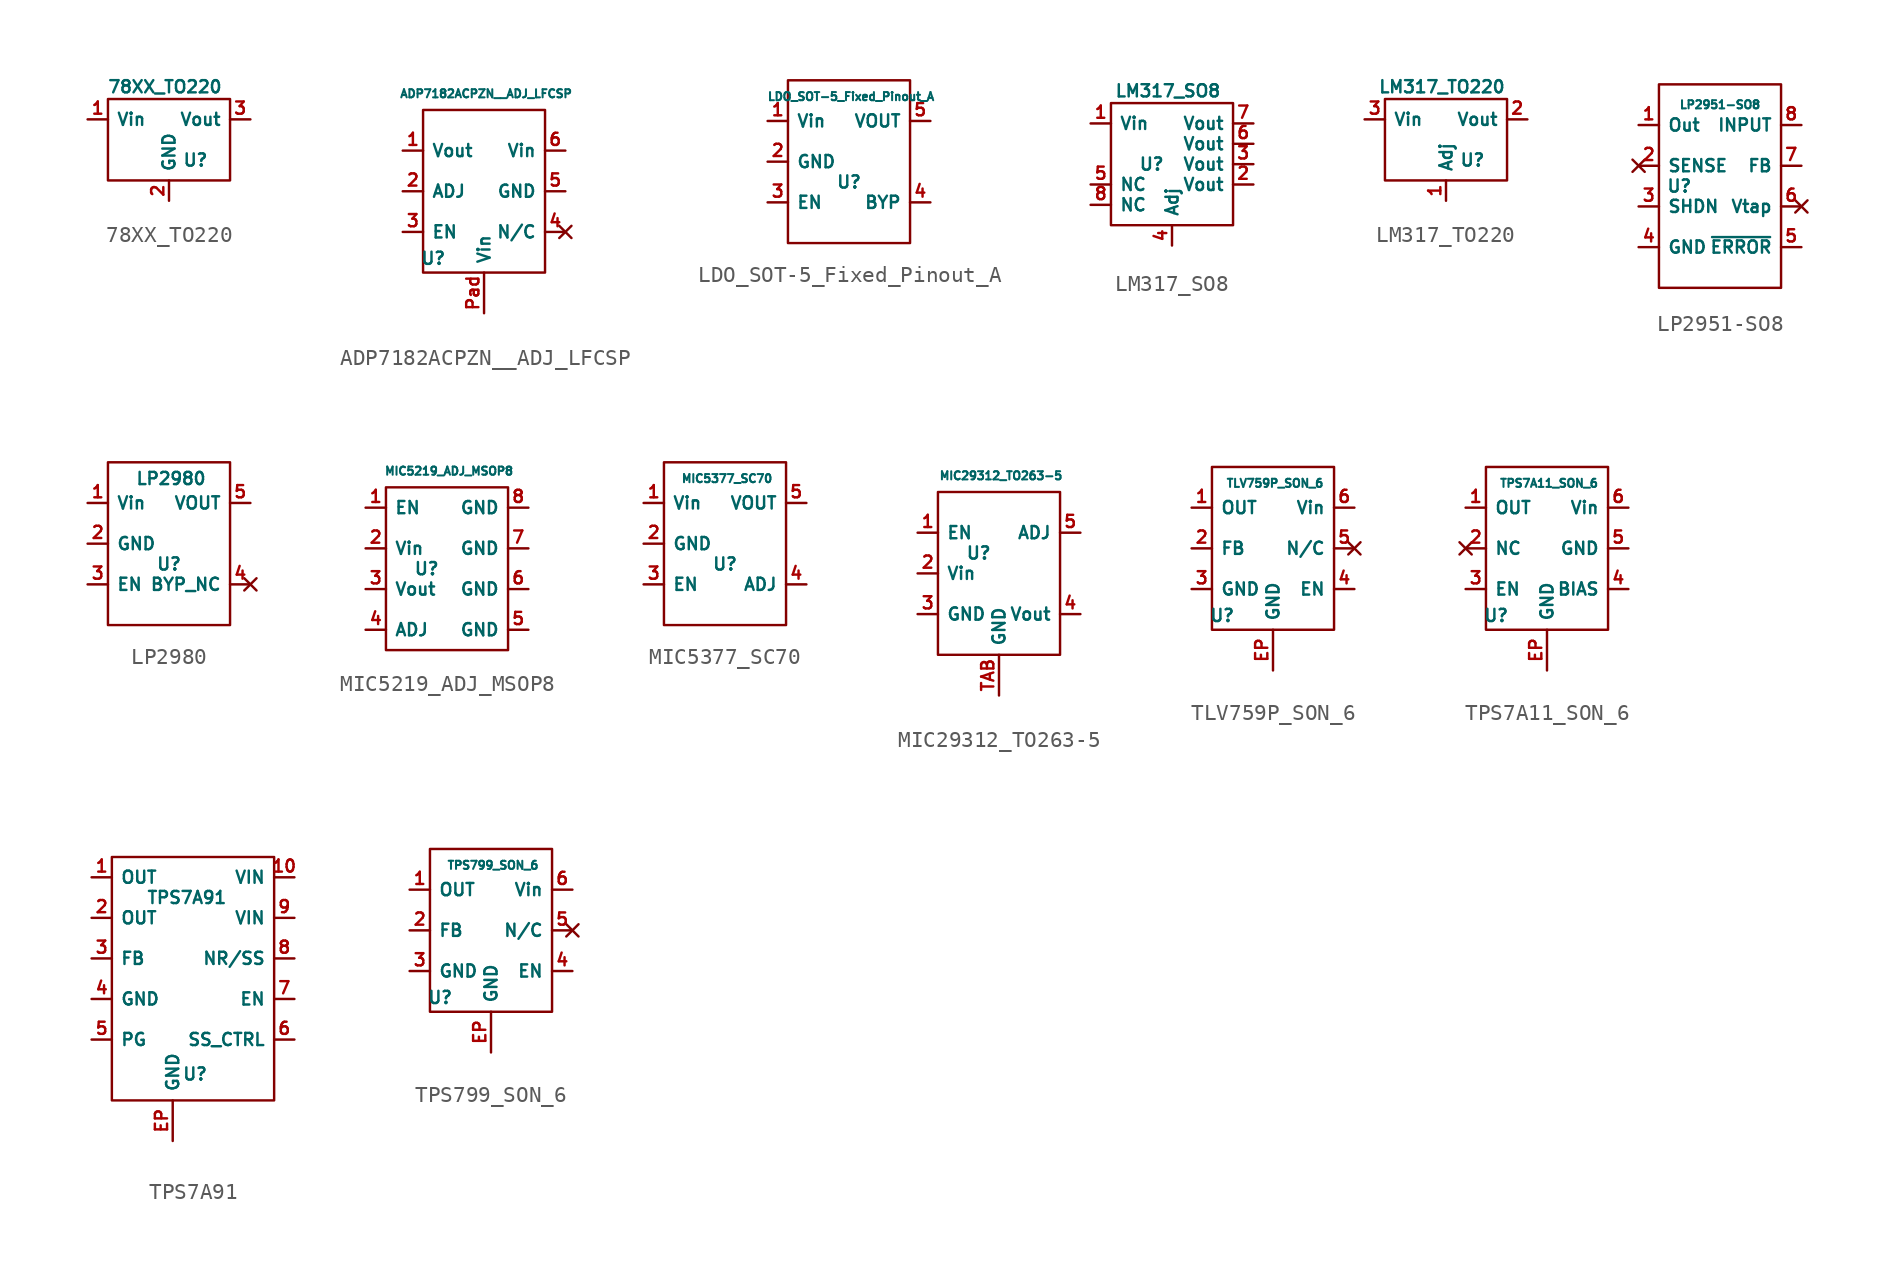
<source format=kicad_sym>
(kicad_symbol_lib
  (version 20210619)
  (generator kicad_symbol_editor)
  (symbol "Bobs_Linear_Regulators:78XX_TO220"
    (property "Reference" "U"
      (at 1.651 -1.27 0)
      (effects (font (size 0.762 0.762))))
    (property "Value" "78XX_TO220"
      (at -0.254 3.302 0)
      (effects (font (size 0.762 0.762))))
    (symbol "78XX_TO220_0_1"
      (rectangle (start -3.81 2.54) (end 3.81 -2.54) (stroke (width 0)) (fill (type none))))
    (symbol "78XX_TO220_1_1"
      (pin power_in line (at -5.08 1.27 0) (length 1.27) (name "Vin" (effects (font (size 0.762 0.762)))) (number "1" (effects (font (size 0.762 0.762)))))
      (pin bidirectional line (at 0 -3.81 90) (length 1.27) (name "GND" (effects (font (size 0.762 0.762)))) (number "2" (effects (font (size 0.762 0.762)))))
      (pin power_out line (at 5.08 1.27 180) (length 1.27) (name "Vout" (effects (font (size 0.762 0.762)))) (number "3" (effects (font (size 0.762 0.762)))))))
  (symbol "Bobs_Linear_Regulators:ADP7182ACPZN__ADJ_LFCSP"
    (property "Reference" "U"
      (at -3.175 -4.191 0)
      (effects (font (size 0.762 0.762))))
    (property "Value" "ADP7182ACPZN__ADJ_LFCSP"
      (at 0.127 6.096 0)
      (effects (font (size 0.508 0.508))))
    (symbol "ADP7182ACPZN__ADJ_LFCSP_0_1"
      (rectangle (start -3.81 5.08) (end 3.81 -5.08) (stroke (width 0)) (fill (type none))))
    (symbol "ADP7182ACPZN__ADJ_LFCSP_1_1"
      (pin power_out line (at -5.08 2.54 0) (length 1.27) (name "Vout" (effects (font (size 0.762 0.762)))) (number "1" (effects (font (size 0.762 0.762)))))
      (pin input line (at -5.08 0 0) (length 1.27) (name "ADJ" (effects (font (size 0.762 0.762)))) (number "2" (effects (font (size 0.762 0.762)))))
      (pin input line (at -5.08 -2.54 0) (length 1.27) (name "EN" (effects (font (size 0.762 0.762)))) (number "3" (effects (font (size 0.762 0.762)))))
      (pin no_connect line (at 5.08 -2.54 180) (length 1.27) (name "N/C" (effects (font (size 0.762 0.762)))) (number "4" (effects (font (size 0.762 0.762)))))
      (pin power_in line (at 5.08 0 180) (length 1.27) (name "GND" (effects (font (size 0.762 0.762)))) (number "5" (effects (font (size 0.762 0.762)))))
      (pin power_in line (at 5.08 2.54 180) (length 1.27) (name "Vin" (effects (font (size 0.762 0.762)))) (number "6" (effects (font (size 0.762 0.762)))))
      (pin power_in line (at 0 -7.62 90) (length 2.54) (name "Vin" (effects (font (size 0.762 0.762)))) (number "Pad" (effects (font (size 0.762 0.762)))))))
  (symbol "Bobs_Linear_Regulators:LDO_SOT-5_Fixed_Pinout_A"
    (property "Reference" "U"
      (at 0 -1.27 0)
      (effects (font (size 0.762 0.762))))
    (property "Value" "LDO_SOT-5_Fixed_Pinout_A"
      (at 0.127 4.064 0)
      (effects (font (size 0.508 0.508))))
    (symbol "LDO_SOT-5_Fixed_Pinout_A_0_1"
      (rectangle (start -3.81 5.08) (end 3.81 -5.08) (stroke (width 0)) (fill (type none))))
    (symbol "LDO_SOT-5_Fixed_Pinout_A_1_1"
      (pin power_in line (at -5.08 2.54 0) (length 1.27) (name "Vin" (effects (font (size 0.762 0.762)))) (number "1" (effects (font (size 0.762 0.762)))))
      (pin power_in line (at -5.08 0 0) (length 1.27) (name "GND" (effects (font (size 0.762 0.762)))) (number "2" (effects (font (size 0.762 0.762)))))
      (pin input line (at -5.08 -2.54 0) (length 1.27) (name "EN" (effects (font (size 0.762 0.762)))) (number "3" (effects (font (size 0.762 0.762)))))
      (pin bidirectional line (at 5.08 -2.54 180) (length 1.27) (name "BYP" (effects (font (size 0.762 0.762)))) (number "4" (effects (font (size 0.762 0.762)))))
      (pin power_out line (at 5.08 2.54 180) (length 1.27) (name "VOUT" (effects (font (size 0.762 0.762)))) (number "5" (effects (font (size 0.762 0.762)))))))
  (symbol "Bobs_Linear_Regulators:LM317_SO8"
    (property "Reference" "U"
      (at -1.27 -1.27 0)
      (effects (font (size 0.762 0.762))))
    (property "Value" "LM317_SO8"
      (at -0.254 3.302 0)
      (effects (font (size 0.762 0.762))))
    (symbol "LM317_SO8_0_1"
      (rectangle (start -3.81 2.54) (end 3.81 -5.08) (stroke (width 0)) (fill (type none))))
    (symbol "LM317_SO8_1_1"
      (pin input line (at -5.08 1.27 0) (length 1.27) (name "Vin" (effects (font (size 0.762 0.762)))) (number "1" (effects (font (size 0.762 0.762)))))
      (pin output line (at 5.08 -2.54 180) (length 1.27) (name "Vout" (effects (font (size 0.762 0.762)))) (number "2" (effects (font (size 0.762 0.762)))))
      (pin output line (at 5.08 -1.27 180) (length 1.27) (name "Vout" (effects (font (size 0.762 0.762)))) (number "3" (effects (font (size 0.762 0.762)))))
      (pin input line (at 0 -6.35 90) (length 1.27) (name "Adj" (effects (font (size 0.762 0.762)))) (number "4" (effects (font (size 0.762 0.762)))))
      (pin unspecified line (at -5.08 -2.54 0) (length 1.27) (name "NC" (effects (font (size 0.762 0.762)))) (number "5" (effects (font (size 0.762 0.762)))))
      (pin output line (at 5.08 0 180) (length 1.27) (name "Vout" (effects (font (size 0.762 0.762)))) (number "6" (effects (font (size 0.762 0.762)))))
      (pin output line (at 5.08 1.27 180) (length 1.27) (name "Vout" (effects (font (size 0.762 0.762)))) (number "7" (effects (font (size 0.762 0.762)))))
      (pin unspecified line (at -5.08 -3.81 0) (length 1.27) (name "NC" (effects (font (size 0.762 0.762)))) (number "8" (effects (font (size 0.762 0.762)))))))
  (symbol "Bobs_Linear_Regulators:LM317_TO220"
    (property "Reference" "U"
      (at 1.651 -1.27 0)
      (effects (font (size 0.762 0.762))))
    (property "Value" "LM317_TO220"
      (at -0.254 3.302 0)
      (effects (font (size 0.762 0.762))))
    (symbol "LM317_TO220_0_1"
      (rectangle (start -3.81 2.54) (end 3.81 -2.54) (stroke (width 0)) (fill (type none))))
    (symbol "LM317_TO220_1_1"
      (pin input line (at 0 -3.81 90) (length 1.27) (name "Adj" (effects (font (size 0.762 0.762)))) (number "1" (effects (font (size 0.762 0.762)))))
      (pin output line (at 5.08 1.27 180) (length 1.27) (name "Vout" (effects (font (size 0.762 0.762)))) (number "2" (effects (font (size 0.762 0.762)))))
      (pin input line (at -5.08 1.27 0) (length 1.27) (name "Vin" (effects (font (size 0.762 0.762)))) (number "3" (effects (font (size 0.762 0.762)))))))
  (symbol "Bobs_Linear_Regulators:LP2951-SO8"
    (property "Reference" "U"
      (at -2.54 0 0)
      (effects (font (size 0.762 0.762))))
    (property "Value" "LP2951-SO8"
      (at 0 5.08 0)
      (effects (font (size 0.508 0.508))))
    (symbol "LP2951-SO8_0_1"
      (rectangle (start -3.81 6.35) (end 3.81 -6.35) (stroke (width 0)) (fill (type none))))
    (symbol "LP2951-SO8_1_1"
      (pin power_out line (at -5.08 3.81 0) (length 1.27) (name "Out" (effects (font (size 0.762 0.762)))) (number "1" (effects (font (size 0.762 0.762)))))
      (pin no_connect line (at -5.08 1.27 0) (length 1.27) (name "SENSE" (effects (font (size 0.762 0.762)))) (number "2" (effects (font (size 0.762 0.762)))))
      (pin input line (at -5.08 -1.27 0) (length 1.27) (name "SHDN" (effects (font (size 0.762 0.762)))) (number "3" (effects (font (size 0.762 0.762)))))
      (pin power_in line (at -5.08 -3.81 0) (length 1.27) (name "GND" (effects (font (size 0.762 0.762)))) (number "4" (effects (font (size 0.762 0.762)))))
      (pin output line (at 5.08 -3.81 180) (length 1.27) (name "~{ERROR}" (effects (font (size 0.762 0.762)))) (number "5" (effects (font (size 0.762 0.762)))))
      (pin no_connect line (at 5.08 -1.27 180) (length 1.27) (name "Vtap" (effects (font (size 0.762 0.762)))) (number "6" (effects (font (size 0.762 0.762)))))
      (pin input line (at 5.08 1.27 180) (length 1.27) (name "FB" (effects (font (size 0.762 0.762)))) (number "7" (effects (font (size 0.762 0.762)))))
      (pin power_in line (at 5.08 3.81 180) (length 1.27) (name "INPUT" (effects (font (size 0.762 0.762)))) (number "8" (effects (font (size 0.762 0.762)))))))
  (symbol "Bobs_Linear_Regulators:LP2980"
    (property "Reference" "U"
      (at 0 -1.27 0)
      (effects (font (size 0.762 0.762))))
    (property "Value" "LP2980"
      (at 0.127 4.064 0)
      (effects (font (size 0.762 0.762))))
    (symbol "LP2980_0_1"
      (rectangle (start -3.81 5.08) (end 3.81 -5.08) (stroke (width 0)) (fill (type none))))
    (symbol "LP2980_1_1"
      (pin power_in line (at -5.08 2.54 0) (length 1.27) (name "Vin" (effects (font (size 0.762 0.762)))) (number "1" (effects (font (size 0.762 0.762)))))
      (pin power_in line (at -5.08 0 0) (length 1.27) (name "GND" (effects (font (size 0.762 0.762)))) (number "2" (effects (font (size 0.762 0.762)))))
      (pin input line (at -5.08 -2.54 0) (length 1.27) (name "EN" (effects (font (size 0.762 0.762)))) (number "3" (effects (font (size 0.762 0.762)))))
      (pin no_connect line (at 5.08 -2.54 180) (length 1.27) (name "BYP_NC" (effects (font (size 0.762 0.762)))) (number "4" (effects (font (size 0.762 0.762)))))
      (pin power_out line (at 5.08 2.54 180) (length 1.27) (name "VOUT" (effects (font (size 0.762 0.762)))) (number "5" (effects (font (size 0.762 0.762)))))))
  (symbol "Bobs_Linear_Regulators:MIC5219_ADJ_MSOP8"
    (property "Reference" "U"
      (at -1.27 0 0)
      (effects (font (size 0.762 0.762))))
    (property "Value" "MIC5219_ADJ_MSOP8"
      (at 0.127 6.096 0)
      (effects (font (size 0.508 0.508))))
    (symbol "MIC5219_ADJ_MSOP8_0_1"
      (rectangle (start -3.81 5.08) (end 3.81 -5.08) (stroke (width 0)) (fill (type none))))
    (symbol "MIC5219_ADJ_MSOP8_1_1"
      (pin input line (at -5.08 3.81 0) (length 1.27) (name "EN" (effects (font (size 0.762 0.762)))) (number "1" (effects (font (size 0.762 0.762)))))
      (pin power_in line (at -5.08 1.27 0) (length 1.27) (name "Vin" (effects (font (size 0.762 0.762)))) (number "2" (effects (font (size 0.762 0.762)))))
      (pin power_out line (at -5.08 -1.27 0) (length 1.27) (name "Vout" (effects (font (size 0.762 0.762)))) (number "3" (effects (font (size 0.762 0.762)))))
      (pin input line (at -5.08 -3.81 0) (length 1.27) (name "ADJ" (effects (font (size 0.762 0.762)))) (number "4" (effects (font (size 0.762 0.762)))))
      (pin power_in line (at 5.08 -3.81 180) (length 1.27) (name "GND" (effects (font (size 0.762 0.762)))) (number "5" (effects (font (size 0.762 0.762)))))
      (pin power_in line (at 5.08 -1.27 180) (length 1.27) (name "GND" (effects (font (size 0.762 0.762)))) (number "6" (effects (font (size 0.762 0.762)))))
      (pin power_in line (at 5.08 1.27 180) (length 1.27) (name "GND" (effects (font (size 0.762 0.762)))) (number "7" (effects (font (size 0.762 0.762)))))
      (pin power_in line (at 5.08 3.81 180) (length 1.27) (name "GND" (effects (font (size 0.762 0.762)))) (number "8" (effects (font (size 0.762 0.762)))))))
  (symbol "Bobs_Linear_Regulators:MIC5377_SC70"
    (property "Reference" "U"
      (at 0 -1.27 0)
      (effects (font (size 0.762 0.762))))
    (property "Value" "MIC5377_SC70"
      (at 0.127 4.064 0)
      (effects (font (size 0.508 0.508))))
    (symbol "MIC5377_SC70_0_1"
      (rectangle (start -3.81 5.08) (end 3.81 -5.08) (stroke (width 0)) (fill (type none))))
    (symbol "MIC5377_SC70_1_1"
      (pin power_in line (at -5.08 2.54 0) (length 1.27) (name "Vin" (effects (font (size 0.762 0.762)))) (number "1" (effects (font (size 0.762 0.762)))))
      (pin power_in line (at -5.08 0 0) (length 1.27) (name "GND" (effects (font (size 0.762 0.762)))) (number "2" (effects (font (size 0.762 0.762)))))
      (pin input line (at -5.08 -2.54 0) (length 1.27) (name "EN" (effects (font (size 0.762 0.762)))) (number "3" (effects (font (size 0.762 0.762)))))
      (pin input line (at 5.08 -2.54 180) (length 1.27) (name "ADJ" (effects (font (size 0.762 0.762)))) (number "4" (effects (font (size 0.762 0.762)))))
      (pin power_out line (at 5.08 2.54 180) (length 1.27) (name "VOUT" (effects (font (size 0.762 0.762)))) (number "5" (effects (font (size 0.762 0.762)))))))
  (symbol "Bobs_Linear_Regulators:MIC29312_TO263-5"
    (property "Reference" "U"
      (at -1.27 1.27 0)
      (effects (font (size 0.762 0.762))))
    (property "Value" "MIC29312_TO263-5"
      (at 0.127 6.096 0)
      (effects (font (size 0.508 0.508))))
    (symbol "MIC29312_TO263-5_0_1"
      (rectangle (start -3.81 5.08) (end 3.81 -5.08) (stroke (width 0)) (fill (type none))))
    (symbol "MIC29312_TO263-5_1_1"
      (pin input line (at -5.08 2.54 0) (length 1.27) (name "EN" (effects (font (size 0.762 0.762)))) (number "1" (effects (font (size 0.762 0.762)))))
      (pin power_in line (at -5.08 0 0) (length 1.27) (name "Vin" (effects (font (size 0.762 0.762)))) (number "2" (effects (font (size 0.762 0.762)))))
      (pin power_in line (at -5.08 -2.54 0) (length 1.27) (name "GND" (effects (font (size 0.762 0.762)))) (number "3" (effects (font (size 0.762 0.762)))))
      (pin power_out line (at 5.08 -2.54 180) (length 1.27) (name "Vout" (effects (font (size 0.762 0.762)))) (number "4" (effects (font (size 0.762 0.762)))))
      (pin input line (at 5.08 2.54 180) (length 1.27) (name "ADJ" (effects (font (size 0.762 0.762)))) (number "5" (effects (font (size 0.762 0.762)))))
      (pin power_in line (at 0 -7.62 90) (length 2.54) (name "GND" (effects (font (size 0.762 0.762)))) (number "TAB" (effects (font (size 0.762 0.762)))))))
  (symbol "Bobs_Linear_Regulators:TLV759P_SON_6"
    (property "Reference" "U"
      (at -3.175 -4.191 0)
      (effects (font (size 0.762 0.762))))
    (property "Value" "TLV759P_SON_6"
      (at 0.127 4.064 0)
      (effects (font (size 0.508 0.508))))
    (symbol "TLV759P_SON_6_0_1"
      (rectangle (start -3.81 5.08) (end 3.81 -5.08) (stroke (width 0)) (fill (type none))))
    (symbol "TLV759P_SON_6_1_1"
      (pin power_out line (at -5.08 2.54 0) (length 1.27) (name "OUT" (effects (font (size 0.762 0.762)))) (number "1" (effects (font (size 0.762 0.762)))))
      (pin input line (at -5.08 0 0) (length 1.27) (name "FB" (effects (font (size 0.762 0.762)))) (number "2" (effects (font (size 0.762 0.762)))))
      (pin power_in line (at -5.08 -2.54 0) (length 1.27) (name "GND" (effects (font (size 0.762 0.762)))) (number "3" (effects (font (size 0.762 0.762)))))
      (pin input line (at 5.08 -2.54 180) (length 1.27) (name "EN" (effects (font (size 0.762 0.762)))) (number "4" (effects (font (size 0.762 0.762)))))
      (pin no_connect line (at 5.08 0 180) (length 1.27) (name "N/C" (effects (font (size 0.762 0.762)))) (number "5" (effects (font (size 0.762 0.762)))))
      (pin power_in line (at 5.08 2.54 180) (length 1.27) (name "Vin" (effects (font (size 0.762 0.762)))) (number "6" (effects (font (size 0.762 0.762)))))
      (pin power_in line (at 0 -7.62 90) (length 2.54) (name "GND" (effects (font (size 0.762 0.762)))) (number "EP" (effects (font (size 0.762 0.762)))))))
  (symbol "Bobs_Linear_Regulators:TPS7A11_SON_6"
    (property "Reference" "U"
      (at -3.175 -4.191 0)
      (effects (font (size 0.762 0.762))))
    (property "Value" "TPS7A11_SON_6"
      (at 0.127 4.064 0)
      (effects (font (size 0.508 0.508))))
    (symbol "TPS7A11_SON_6_0_1"
      (rectangle (start -3.81 5.08) (end 3.81 -5.08) (stroke (width 0)) (fill (type none))))
    (symbol "TPS7A11_SON_6_1_1"
      (pin power_out line (at -5.08 2.54 0) (length 1.27) (name "OUT" (effects (font (size 0.762 0.762)))) (number "1" (effects (font (size 0.762 0.762)))))
      (pin no_connect line (at -5.08 0 0) (length 1.27) (name "NC" (effects (font (size 0.762 0.762)))) (number "2" (effects (font (size 0.762 0.762)))))
      (pin input line (at -5.08 -2.54 0) (length 1.27) (name "EN" (effects (font (size 0.762 0.762)))) (number "3" (effects (font (size 0.762 0.762)))))
      (pin power_in line (at 5.08 -2.54 180) (length 1.27) (name "BIAS" (effects (font (size 0.762 0.762)))) (number "4" (effects (font (size 0.762 0.762)))))
      (pin power_in line (at 5.08 0 180) (length 1.27) (name "GND" (effects (font (size 0.762 0.762)))) (number "5" (effects (font (size 0.762 0.762)))))
      (pin power_in line (at 5.08 2.54 180) (length 1.27) (name "Vin" (effects (font (size 0.762 0.762)))) (number "6" (effects (font (size 0.762 0.762)))))
      (pin power_in line (at 0 -7.62 90) (length 2.54) (name "GND" (effects (font (size 0.762 0.762)))) (number "EP" (effects (font (size 0.762 0.762)))))))
  (symbol "Bobs_Linear_Regulators:TPS7A91"
    (property "Reference" "U"
      (at 0.127 -5.969 0)
      (effects (font (size 0.762 0.762))))
    (property "Value" "TPS7A91"
      (at -0.381 5.08 0)
      (effects (font (size 0.762 0.762))))
    (symbol "TPS7A91_0_1"
      (rectangle (start -5.08 7.62) (end 5.08 -7.62) (stroke (width 0)) (fill (type none))))
    (symbol "TPS7A91_1_1"
      (pin power_out line (at -6.35 6.35 0) (length 1.27) (name "OUT" (effects (font (size 0.762 0.762)))) (number "1" (effects (font (size 0.762 0.762)))))
      (pin power_in line (at 6.35 6.35 180) (length 1.27) (name "VIN" (effects (font (size 0.762 0.762)))) (number "10" (effects (font (size 0.762 0.762)))))
      (pin power_out line (at -6.35 3.81 0) (length 1.27) (name "OUT" (effects (font (size 0.762 0.762)))) (number "2" (effects (font (size 0.762 0.762)))))
      (pin input line (at -6.35 1.27 0) (length 1.27) (name "FB" (effects (font (size 0.762 0.762)))) (number "3" (effects (font (size 0.762 0.762)))))
      (pin power_in line (at -6.35 -1.27 0) (length 1.27) (name "GND" (effects (font (size 0.762 0.762)))) (number "4" (effects (font (size 0.762 0.762)))))
      (pin output line (at -6.35 -3.81 0) (length 1.27) (name "PG" (effects (font (size 0.762 0.762)))) (number "5" (effects (font (size 0.762 0.762)))))
      (pin input line (at 6.35 -3.81 180) (length 1.27) (name "SS_CTRL" (effects (font (size 0.762 0.762)))) (number "6" (effects (font (size 0.762 0.762)))))
      (pin input line (at 6.35 -1.27 180) (length 1.27) (name "EN" (effects (font (size 0.762 0.762)))) (number "7" (effects (font (size 0.762 0.762)))))
      (pin bidirectional line (at 6.35 1.27 180) (length 1.27) (name "NR/SS" (effects (font (size 0.762 0.762)))) (number "8" (effects (font (size 0.762 0.762)))))
      (pin power_in line (at 6.35 3.81 180) (length 1.27) (name "VIN" (effects (font (size 0.762 0.762)))) (number "9" (effects (font (size 0.762 0.762)))))
      (pin power_in line (at -1.27 -10.16 90) (length 2.54) (name "GND" (effects (font (size 0.762 0.762)))) (number "EP" (effects (font (size 0.762 0.762)))))))
  (symbol "Bobs_Linear_Regulators:TPS799_SON_6"
    (property "Reference" "U"
      (at -3.175 -4.191 0)
      (effects (font (size 0.762 0.762))))
    (property "Value" "TPS799_SON_6"
      (at 0.127 4.064 0)
      (effects (font (size 0.508 0.508))))
    (symbol "TPS799_SON_6_0_1"
      (rectangle (start -3.81 5.08) (end 3.81 -5.08) (stroke (width 0)) (fill (type none))))
    (symbol "TPS799_SON_6_1_1"
      (pin power_out line (at -5.08 2.54 0) (length 1.27) (name "OUT" (effects (font (size 0.762 0.762)))) (number "1" (effects (font (size 0.762 0.762)))))
      (pin input line (at -5.08 0 0) (length 1.27) (name "FB" (effects (font (size 0.762 0.762)))) (number "2" (effects (font (size 0.762 0.762)))))
      (pin power_in line (at -5.08 -2.54 0) (length 1.27) (name "GND" (effects (font (size 0.762 0.762)))) (number "3" (effects (font (size 0.762 0.762)))))
      (pin input line (at 5.08 -2.54 180) (length 1.27) (name "EN" (effects (font (size 0.762 0.762)))) (number "4" (effects (font (size 0.762 0.762)))))
      (pin no_connect line (at 5.08 0 180) (length 1.27) (name "N/C" (effects (font (size 0.762 0.762)))) (number "5" (effects (font (size 0.762 0.762)))))
      (pin power_in line (at 5.08 2.54 180) (length 1.27) (name "Vin" (effects (font (size 0.762 0.762)))) (number "6" (effects (font (size 0.762 0.762)))))
      (pin power_in line (at 0 -7.62 90) (length 2.54) (name "GND" (effects (font (size 0.762 0.762)))) (number "EP" (effects (font (size 0.762 0.762))))))))
</source>
